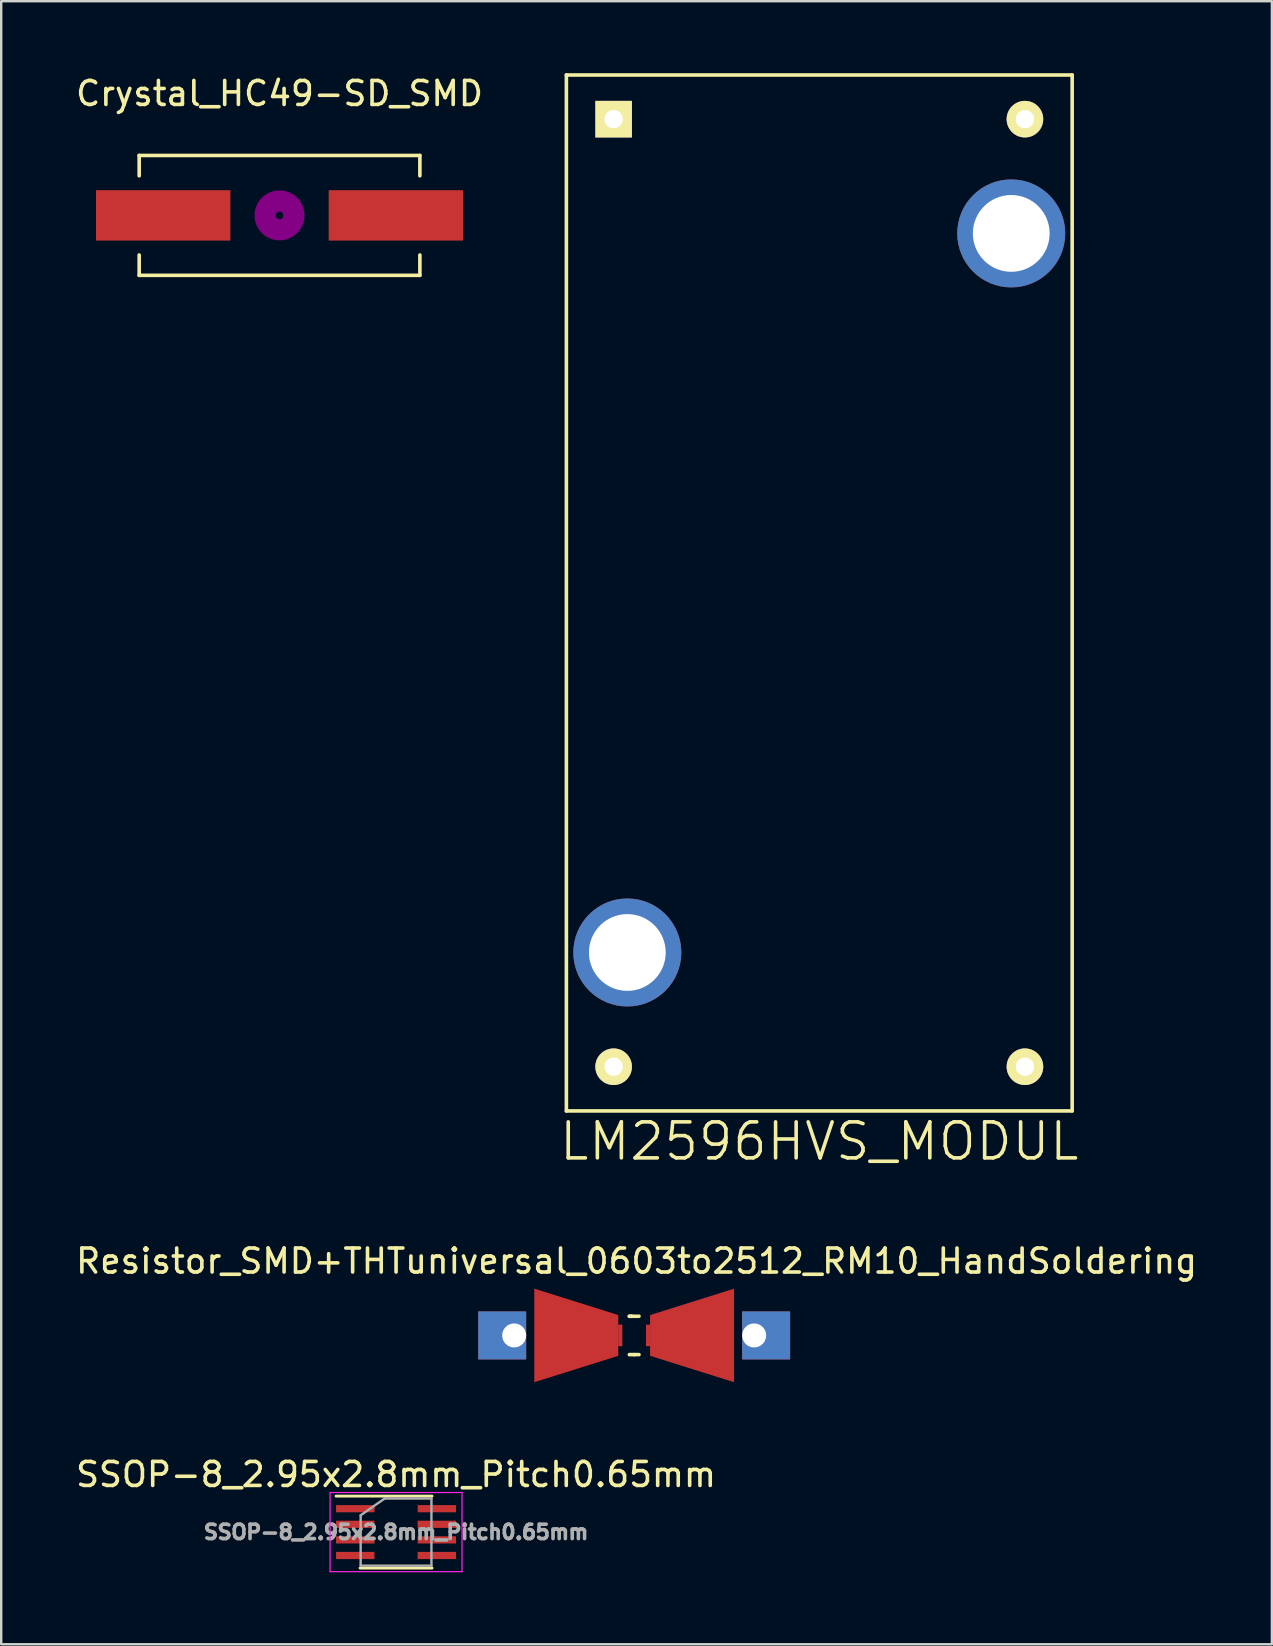
<source format=kicad_pcb>
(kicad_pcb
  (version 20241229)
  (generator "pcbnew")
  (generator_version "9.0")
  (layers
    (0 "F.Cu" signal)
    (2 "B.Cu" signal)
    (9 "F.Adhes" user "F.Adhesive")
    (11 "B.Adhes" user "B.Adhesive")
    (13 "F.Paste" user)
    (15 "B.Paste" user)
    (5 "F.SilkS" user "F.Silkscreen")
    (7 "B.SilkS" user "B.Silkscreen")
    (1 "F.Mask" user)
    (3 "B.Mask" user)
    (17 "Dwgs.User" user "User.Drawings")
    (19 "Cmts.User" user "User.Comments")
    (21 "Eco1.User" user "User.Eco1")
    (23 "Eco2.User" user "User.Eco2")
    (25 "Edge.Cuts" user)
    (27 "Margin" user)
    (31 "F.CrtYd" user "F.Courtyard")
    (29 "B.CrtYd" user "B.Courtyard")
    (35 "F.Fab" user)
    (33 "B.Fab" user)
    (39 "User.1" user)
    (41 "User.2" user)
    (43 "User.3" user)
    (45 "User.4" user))
  (footprint "SSOP-8_2.95x2.8mm_Pitch0.65mm"
    (layer "F.Cu")
    (at 13.458 60.81)
    (property "Reference" "SSOP-8_2.95x2.8mm_Pitch0.65mm" (at 0 -2.4 0) (layer "F.SilkS") (effects (font (size 1 1) (thickness 0.15))))
    (attr smd)
    (fp_line (start 1.5 -1.5) (end -2.5 -1.5) (stroke (width 0.12) (type solid)) (layer "F.SilkS"))
    (fp_line (start 1.5 1.5) (end -1.5 1.5) (stroke (width 0.12) (type solid)) (layer "F.SilkS"))
    (fp_line (start -2.75 -1.65) (end 2.75 -1.65) (stroke (width 0.05) (type solid)) (layer "F.CrtYd"))
    (fp_line (start -2.75 1.65) (end -2.75 -1.65) (stroke (width 0.05) (type solid)) (layer "F.CrtYd"))
    (fp_line (start 2.75 -1.65) (end 2.75 1.65) (stroke (width 0.05) (type solid)) (layer "F.CrtYd"))
    (fp_line (start 2.75 1.65) (end -2.75 1.65) (stroke (width 0.05) (type solid)) (layer "F.CrtYd"))
    (fp_line (start -1.475 1.4) (end -1.475 -0.7) (stroke (width 0.1) (type solid)) (layer "F.Fab"))
    (fp_line (start -0.475 -1.4) (end -1.475 -0.7) (stroke (width 0.1) (type solid)) (layer "F.Fab"))
    (fp_line (start -0.475 -1.4) (end 1.475 -1.4) (stroke (width 0.1) (type solid)) (layer "F.Fab"))
    (fp_line (start 1.475 -1.4) (end 1.475 1.4) (stroke (width 0.1) (type solid)) (layer "F.Fab"))
    (fp_line (start 1.475 1.4) (end -1.475 1.4) (stroke (width 0.1) (type solid)) (layer "F.Fab"))
    (fp_text user "${REFERENCE}" (at 0 0 0) (layer "F.Fab") (effects (font (size 0.6 0.6) (thickness 0.15))))
    (pad "1" smd rect (at -1.7 -0.975 270) (size 0.3 1.6) (layers "F.Cu" "F.Mask" "F.Paste"))
    (pad "2" smd rect (at -1.7 -0.325 270) (size 0.3 1.6) (layers "F.Cu" "F.Mask" "F.Paste"))
    (pad "3" smd rect (at -1.7 0.325 270) (size 0.3 1.6) (layers "F.Cu" "F.Mask" "F.Paste"))
    (pad "4" smd rect (at -1.7 0.975 270) (size 0.3 1.6) (layers "F.Cu" "F.Mask" "F.Paste"))
    (pad "5" smd rect (at 1.7 0.975 270) (size 0.3 1.6) (layers "F.Cu" "F.Mask" "F.Paste"))
    (pad "6" smd rect (at 1.7 0.325 270) (size 0.3 1.6) (layers "F.Cu" "F.Mask" "F.Paste"))
    (pad "7" smd rect (at 1.7 -0.325 270) (size 0.3 1.6) (layers "F.Cu" "F.Mask" "F.Paste"))
    (pad "8" smd rect (at 1.7 -0.975 270) (size 0.3 1.6) (layers "F.Cu" "F.Mask" "F.Paste")))
  (footprint "LM2596HVS_MODUL"
    (layer "F.Cu")
    (at 31.099 21.665)
    (property "Reference" "LM2596HVS_MODUL" (at 0 22.86 180) (layer "F.SilkS") (effects (font (size 1.5 1.5) (thickness 0.15))))
    (attr through_hole)
    (fp_line (start -10.541 -21.59) (end 10.541 -21.59) (stroke (width 0.15) (type solid)) (layer "F.SilkS"))
    (fp_line (start -10.541 21.59) (end -10.541 -21.59) (stroke (width 0.15) (type solid)) (layer "F.SilkS"))
    (fp_line (start 10.541 -21.59) (end 10.541 21.59) (stroke (width 0.15) (type solid)) (layer "F.SilkS"))
    (fp_line (start 10.541 21.59) (end -10.541 21.59) (stroke (width 0.15) (type solid)) (layer "F.SilkS"))
    (pad "1" thru_hole rect (at -8.572 -19.748) (size 1.524 1.524) (drill 0.762) (layers "*.Cu" "*.Mask" "F.SilkS"))
    (pad "2" thru_hole circle (at 8.572 -19.748) (size 1.524 1.524) (drill 0.762) (layers "*.Cu" "*.Mask" "F.SilkS"))
    (pad "3" thru_hole circle (at 8.572 19.748) (size 1.524 1.524) (drill 0.762) (layers "*.Cu" "*.Mask" "F.SilkS"))
    (pad "4" thru_hole circle (at -8.572 19.748) (size 1.524 1.524) (drill 0.762) (layers "*.Cu" "*.Mask" "F.SilkS"))
    (pad "5" thru_hole circle (at -8.001 14.986) (size 4.5 4.5) (drill 3.2) (layers "*.Cu" "*.Mask"))
    (pad "6" thru_hole circle (at 8.001 -14.986) (size 4.5 4.5) (drill 3.2) (layers "*.Cu" "*.Mask")))
  (footprint "Resistor_SMD+THTuniversal_0603to2512_RM10_HandSoldering"
    (layer "F.Cu")
    (at 23.383 52.613)
    (property "Reference" "Resistor_SMD+THTuniversal_0603to2512_RM10_HandSoldering" (at 0.099 -3.099 0) (layer "F.SilkS") (effects (font (size 1 1) (thickness 0.15))))
    (attr through_hole)
    (fp_line (start -0.201 -0.8) (end 0.201 -0.8) (stroke (width 0.15) (type solid)) (layer "F.SilkS"))
    (fp_line (start -0.099 -0.8) (end -0.201 -0.8) (stroke (width 0.15) (type solid)) (layer "F.SilkS"))
    (fp_line (start 0 0.8) (end -0.201 0.8) (stroke (width 0.15) (type solid)) (layer "F.SilkS"))
    (fp_line (start 0 0.8) (end 0.201 0.8) (stroke (width 0.15) (type solid)) (layer "F.SilkS"))
    (pad "1" thru_hole rect (at -5.001 0 180) (size 1.999 1.999) (drill 1.001 (offset 0.5 0)) (layers "*.Cu" "*.Mask"))
    (pad "1" smd trapezoid (at -2.413 0) (size 3.5 2.799) (rect_delta 1.1 0) (layers "F.Cu" "F.Mask" "F.Paste"))
    (pad "1" smd trapezoid (at -0.58 0) (size 0.175 0.9) (layers "F.Cu" "F.Mask" "F.Paste"))
    (pad "2" smd trapezoid (at 0.58 0) (size 0.175 0.9) (layers "F.Cu" "F.Mask" "F.Paste"))
    (pad "2" smd trapezoid (at 2.413 0 180) (size 3.5 2.799) (rect_delta 1.1 0) (layers "F.Cu" "F.Mask" "F.Paste"))
    (pad "2" thru_hole rect (at 5.001 0 180) (size 1.999 1.999) (drill 1.001 (offset -0.5 0)) (layers "*.Cu" "*.Mask")))
  (footprint "Crystal_HC49-SD_SMD"
    (layer "F.Cu")
    (at 8.601 5.928)
    (property "Reference" "Crystal_HC49-SD_SMD" (at 0 -5.08 0) (layer "F.SilkS") (effects (font (size 1 1) (thickness 0.15))))
    (attr smd)
    (fp_line (start -5.85 -2.499) (end -5.85 -1.651) (stroke (width 0.15) (type solid)) (layer "F.SilkS"))
    (fp_line (start -5.85 2.499) (end -5.85 1.651) (stroke (width 0.15) (type solid)) (layer "F.SilkS"))
    (fp_line (start -5.85 2.499) (end 5.85 2.499) (stroke (width 0.15) (type solid)) (layer "F.SilkS"))
    (fp_line (start 5.85 -2.499) (end -5.85 -2.499) (stroke (width 0.15) (type solid)) (layer "F.SilkS"))
    (fp_line (start 5.85 -2.499) (end 5.85 -1.651) (stroke (width 0.15) (type solid)) (layer "F.SilkS"))
    (fp_line (start 5.85 2.499) (end 5.85 1.651) (stroke (width 0.15) (type solid)) (layer "F.SilkS"))
    (fp_circle (center 0 0) (end 0.15 0.051) (stroke (width 0.381) (type solid)) (fill no) (layer "F.Adhes"))
    (fp_circle (center 0 0) (end 0.5 0) (stroke (width 0.381) (type solid)) (fill no) (layer "F.Adhes"))
    (fp_circle (center 0 0) (end 0.851 0) (stroke (width 0.381) (type solid)) (fill no) (layer "F.Adhes"))
    (pad "1" smd rect (at -4.849 0) (size 5.601 2.101) (layers "F.Cu" "F.Mask" "F.Paste"))
    (pad "2" smd rect (at 4.849 0) (size 5.601 2.101) (layers "F.Cu" "F.Mask" "F.Paste")))
  (gr_rect
    (start -3 -3)
    (end 49.964 65.486)
    (stroke (width 0.1) (type default))
    (fill no)
    (layer "Edge.Cuts")))
</source>
